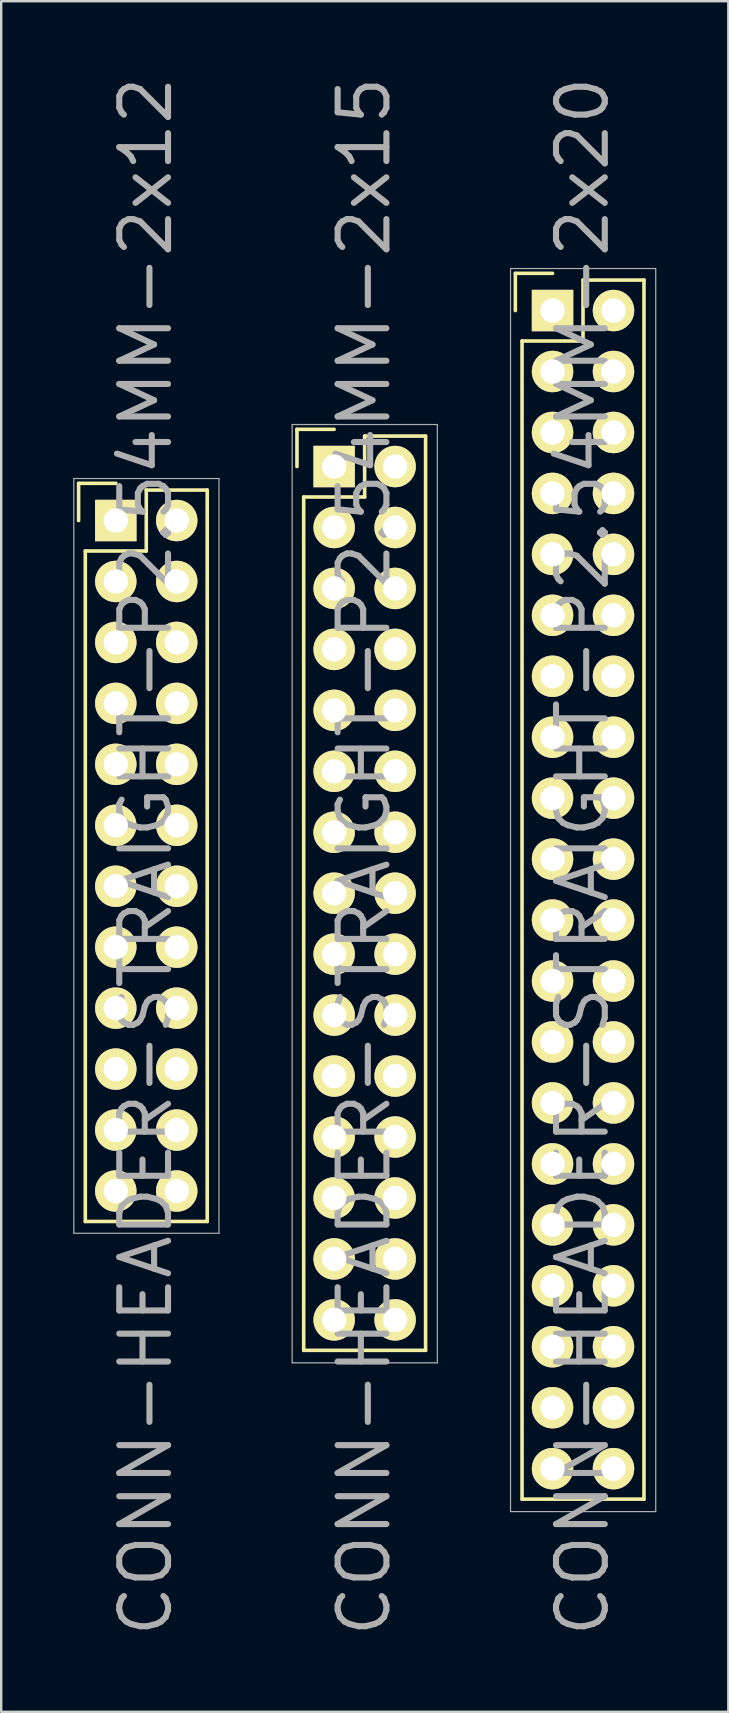
<source format=kicad_pcb>
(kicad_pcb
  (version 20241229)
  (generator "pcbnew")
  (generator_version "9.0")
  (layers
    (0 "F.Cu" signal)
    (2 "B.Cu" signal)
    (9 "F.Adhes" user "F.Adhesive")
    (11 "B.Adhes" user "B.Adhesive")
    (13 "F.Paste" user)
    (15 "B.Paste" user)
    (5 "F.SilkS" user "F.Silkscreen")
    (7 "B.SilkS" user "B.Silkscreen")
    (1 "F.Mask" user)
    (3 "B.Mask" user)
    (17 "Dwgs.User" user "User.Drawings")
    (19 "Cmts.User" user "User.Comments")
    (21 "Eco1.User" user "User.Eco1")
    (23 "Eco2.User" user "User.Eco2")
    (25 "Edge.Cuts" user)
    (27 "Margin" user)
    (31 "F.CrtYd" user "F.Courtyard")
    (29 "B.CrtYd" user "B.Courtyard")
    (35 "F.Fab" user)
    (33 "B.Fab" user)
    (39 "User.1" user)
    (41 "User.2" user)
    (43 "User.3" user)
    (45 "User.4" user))
  (footprint "CONN-HEADER-STRAIGHT-P2.54MM-2x12"
    (layer "F.Cu")
    (at 1.775 18.641)
    (property "Reference" "CONN-HEADER-STRAIGHT-P2.54MM-2x12" (at 1.25 14 90) (layer "F.Fab") (effects (font (size 2.032 2.032) (thickness 0.254))))
    (attr through_hole)
    (fp_line (start -1.55 -1.55) (end -1.55 0) (stroke (width 0.15) (type solid)) (layer "F.SilkS"))
    (fp_line (start -1.27 1.27) (end -1.27 29.21) (stroke (width 0.15) (type solid)) (layer "F.SilkS"))
    (fp_line (start 0 -1.55) (end -1.55 -1.55) (stroke (width 0.15) (type solid)) (layer "F.SilkS"))
    (fp_line (start 1.27 -1.27) (end 1.27 1.27) (stroke (width 0.15) (type solid)) (layer "F.SilkS"))
    (fp_line (start 1.27 1.27) (end -1.27 1.27) (stroke (width 0.15) (type solid)) (layer "F.SilkS"))
    (fp_line (start 3.81 -1.27) (end 1.27 -1.27) (stroke (width 0.15) (type solid)) (layer "F.SilkS"))
    (fp_line (start 3.81 29.21) (end -1.27 29.21) (stroke (width 0.15) (type solid)) (layer "F.SilkS"))
    (fp_line (start 3.81 29.21) (end 3.81 -1.27) (stroke (width 0.15) (type solid)) (layer "F.SilkS"))
    (fp_line (start -1.75 -1.75) (end -1.75 29.7) (stroke (width 0.05) (type solid)) (layer "F.Fab"))
    (fp_line (start -1.75 -1.75) (end 4.3 -1.75) (stroke (width 0.05) (type solid)) (layer "F.Fab"))
    (fp_line (start -1.75 29.7) (end 4.3 29.7) (stroke (width 0.05) (type solid)) (layer "F.Fab"))
    (fp_line (start 4.3 -1.75) (end 4.3 29.7) (stroke (width 0.05) (type solid)) (layer "F.Fab"))
    (pad "1" thru_hole rect (at 0 0) (size 1.727 1.727) (drill 1.016) (layers "*.Cu" "*.Mask" "F.SilkS"))
    (pad "2" thru_hole oval (at 2.54 0) (size 1.727 1.727) (drill 1.016) (layers "*.Cu" "*.Mask" "F.SilkS"))
    (pad "3" thru_hole oval (at 0 2.54) (size 1.727 1.727) (drill 1.016) (layers "*.Cu" "*.Mask" "F.SilkS"))
    (pad "4" thru_hole oval (at 2.54 2.54) (size 1.727 1.727) (drill 1.016) (layers "*.Cu" "*.Mask" "F.SilkS"))
    (pad "5" thru_hole oval (at 0 5.08) (size 1.727 1.727) (drill 1.016) (layers "*.Cu" "*.Mask" "F.SilkS"))
    (pad "6" thru_hole oval (at 2.54 5.08) (size 1.727 1.727) (drill 1.016) (layers "*.Cu" "*.Mask" "F.SilkS"))
    (pad "7" thru_hole oval (at 0 7.62) (size 1.727 1.727) (drill 1.016) (layers "*.Cu" "*.Mask" "F.SilkS"))
    (pad "8" thru_hole oval (at 2.54 7.62) (size 1.727 1.727) (drill 1.016) (layers "*.Cu" "*.Mask" "F.SilkS"))
    (pad "9" thru_hole oval (at 0 10.16) (size 1.727 1.727) (drill 1.016) (layers "*.Cu" "*.Mask" "F.SilkS"))
    (pad "10" thru_hole oval (at 2.54 10.16) (size 1.727 1.727) (drill 1.016) (layers "*.Cu" "*.Mask" "F.SilkS"))
    (pad "11" thru_hole oval (at 0 12.7) (size 1.727 1.727) (drill 1.016) (layers "*.Cu" "*.Mask" "F.SilkS"))
    (pad "12" thru_hole oval (at 2.54 12.7) (size 1.727 1.727) (drill 1.016) (layers "*.Cu" "*.Mask" "F.SilkS"))
    (pad "13" thru_hole oval (at 0 15.24) (size 1.727 1.727) (drill 1.016) (layers "*.Cu" "*.Mask" "F.SilkS"))
    (pad "14" thru_hole oval (at 2.54 15.24) (size 1.727 1.727) (drill 1.016) (layers "*.Cu" "*.Mask" "F.SilkS"))
    (pad "15" thru_hole oval (at 0 17.78) (size 1.727 1.727) (drill 1.016) (layers "*.Cu" "*.Mask" "F.SilkS"))
    (pad "16" thru_hole oval (at 2.54 17.78) (size 1.727 1.727) (drill 1.016) (layers "*.Cu" "*.Mask" "F.SilkS"))
    (pad "17" thru_hole oval (at 0 20.32) (size 1.727 1.727) (drill 1.016) (layers "*.Cu" "*.Mask" "F.SilkS"))
    (pad "18" thru_hole oval (at 2.54 20.32) (size 1.727 1.727) (drill 1.016) (layers "*.Cu" "*.Mask" "F.SilkS"))
    (pad "19" thru_hole oval (at 0 22.86) (size 1.727 1.727) (drill 1.016) (layers "*.Cu" "*.Mask" "F.SilkS"))
    (pad "20" thru_hole oval (at 2.54 22.86) (size 1.727 1.727) (drill 1.016) (layers "*.Cu" "*.Mask" "F.SilkS"))
    (pad "21" thru_hole oval (at 0 25.4) (size 1.727 1.727) (drill 1.016) (layers "*.Cu" "*.Mask" "F.SilkS"))
    (pad "22" thru_hole oval (at 2.54 25.4) (size 1.727 1.727) (drill 1.016) (layers "*.Cu" "*.Mask" "F.SilkS"))
    (pad "23" thru_hole oval (at 0 27.94) (size 1.727 1.727) (drill 1.016) (layers "*.Cu" "*.Mask" "F.SilkS"))
    (pad "24" thru_hole oval (at 2.54 27.94) (size 1.727 1.727) (drill 1.016) (layers "*.Cu" "*.Mask" "F.SilkS")))
  (footprint "CONN-HEADER-STRAIGHT-P2.54MM-2x20"
    (layer "F.Cu")
    (at 19.975 9.891)
    (property "Reference" "CONN-HEADER-STRAIGHT-P2.54MM-2x20" (at 1.25 22.75 90) (layer "F.Fab") (effects (font (size 2.032 2.032) (thickness 0.254))))
    (attr through_hole)
    (fp_line (start -1.55 -1.55) (end -1.55 0) (stroke (width 0.15) (type solid)) (layer "F.SilkS"))
    (fp_line (start -1.27 1.27) (end -1.27 49.53) (stroke (width 0.15) (type solid)) (layer "F.SilkS"))
    (fp_line (start 0 -1.55) (end -1.55 -1.55) (stroke (width 0.15) (type solid)) (layer "F.SilkS"))
    (fp_line (start 1.27 -1.27) (end 1.27 1.27) (stroke (width 0.15) (type solid)) (layer "F.SilkS"))
    (fp_line (start 1.27 1.27) (end -1.27 1.27) (stroke (width 0.15) (type solid)) (layer "F.SilkS"))
    (fp_line (start 3.81 -1.27) (end 1.27 -1.27) (stroke (width 0.15) (type solid)) (layer "F.SilkS"))
    (fp_line (start 3.81 49.53) (end -1.27 49.53) (stroke (width 0.15) (type solid)) (layer "F.SilkS"))
    (fp_line (start 3.81 49.53) (end 3.81 -1.27) (stroke (width 0.15) (type solid)) (layer "F.SilkS"))
    (fp_line (start -1.75 -1.75) (end -1.75 50.05) (stroke (width 0.05) (type solid)) (layer "F.Fab"))
    (fp_line (start -1.75 -1.75) (end 4.3 -1.75) (stroke (width 0.05) (type solid)) (layer "F.Fab"))
    (fp_line (start -1.75 50.05) (end 4.3 50.05) (stroke (width 0.05) (type solid)) (layer "F.Fab"))
    (fp_line (start 4.3 -1.75) (end 4.3 50.05) (stroke (width 0.05) (type solid)) (layer "F.Fab"))
    (pad "1" thru_hole rect (at 0 0) (size 1.727 1.727) (drill 1.016) (layers "*.Cu" "*.Mask" "F.SilkS"))
    (pad "2" thru_hole oval (at 2.54 0) (size 1.727 1.727) (drill 1.016) (layers "*.Cu" "*.Mask" "F.SilkS"))
    (pad "3" thru_hole oval (at 0 2.54) (size 1.727 1.727) (drill 1.016) (layers "*.Cu" "*.Mask" "F.SilkS"))
    (pad "4" thru_hole oval (at 2.54 2.54) (size 1.727 1.727) (drill 1.016) (layers "*.Cu" "*.Mask" "F.SilkS"))
    (pad "5" thru_hole oval (at 0 5.08) (size 1.727 1.727) (drill 1.016) (layers "*.Cu" "*.Mask" "F.SilkS"))
    (pad "6" thru_hole oval (at 2.54 5.08) (size 1.727 1.727) (drill 1.016) (layers "*.Cu" "*.Mask" "F.SilkS"))
    (pad "7" thru_hole oval (at 0 7.62) (size 1.727 1.727) (drill 1.016) (layers "*.Cu" "*.Mask" "F.SilkS"))
    (pad "8" thru_hole oval (at 2.54 7.62) (size 1.727 1.727) (drill 1.016) (layers "*.Cu" "*.Mask" "F.SilkS"))
    (pad "9" thru_hole oval (at 0 10.16) (size 1.727 1.727) (drill 1.016) (layers "*.Cu" "*.Mask" "F.SilkS"))
    (pad "10" thru_hole oval (at 2.54 10.16) (size 1.727 1.727) (drill 1.016) (layers "*.Cu" "*.Mask" "F.SilkS"))
    (pad "11" thru_hole oval (at 0 12.7) (size 1.727 1.727) (drill 1.016) (layers "*.Cu" "*.Mask" "F.SilkS"))
    (pad "12" thru_hole oval (at 2.54 12.7) (size 1.727 1.727) (drill 1.016) (layers "*.Cu" "*.Mask" "F.SilkS"))
    (pad "13" thru_hole oval (at 0 15.24) (size 1.727 1.727) (drill 1.016) (layers "*.Cu" "*.Mask" "F.SilkS"))
    (pad "14" thru_hole oval (at 2.54 15.24) (size 1.727 1.727) (drill 1.016) (layers "*.Cu" "*.Mask" "F.SilkS"))
    (pad "15" thru_hole oval (at 0 17.78) (size 1.727 1.727) (drill 1.016) (layers "*.Cu" "*.Mask" "F.SilkS"))
    (pad "16" thru_hole oval (at 2.54 17.78) (size 1.727 1.727) (drill 1.016) (layers "*.Cu" "*.Mask" "F.SilkS"))
    (pad "17" thru_hole oval (at 0 20.32) (size 1.727 1.727) (drill 1.016) (layers "*.Cu" "*.Mask" "F.SilkS"))
    (pad "18" thru_hole oval (at 2.54 20.32) (size 1.727 1.727) (drill 1.016) (layers "*.Cu" "*.Mask" "F.SilkS"))
    (pad "19" thru_hole oval (at 0 22.86) (size 1.727 1.727) (drill 1.016) (layers "*.Cu" "*.Mask" "F.SilkS"))
    (pad "20" thru_hole oval (at 2.54 22.86) (size 1.727 1.727) (drill 1.016) (layers "*.Cu" "*.Mask" "F.SilkS"))
    (pad "21" thru_hole oval (at 0 25.4) (size 1.727 1.727) (drill 1.016) (layers "*.Cu" "*.Mask" "F.SilkS"))
    (pad "22" thru_hole oval (at 2.54 25.4) (size 1.727 1.727) (drill 1.016) (layers "*.Cu" "*.Mask" "F.SilkS"))
    (pad "23" thru_hole oval (at 0 27.94) (size 1.727 1.727) (drill 1.016) (layers "*.Cu" "*.Mask" "F.SilkS"))
    (pad "24" thru_hole oval (at 2.54 27.94) (size 1.727 1.727) (drill 1.016) (layers "*.Cu" "*.Mask" "F.SilkS"))
    (pad "25" thru_hole oval (at 0 30.48) (size 1.727 1.727) (drill 1.016) (layers "*.Cu" "*.Mask" "F.SilkS"))
    (pad "26" thru_hole oval (at 2.54 30.48) (size 1.727 1.727) (drill 1.016) (layers "*.Cu" "*.Mask" "F.SilkS"))
    (pad "27" thru_hole oval (at 0 33.02) (size 1.727 1.727) (drill 1.016) (layers "*.Cu" "*.Mask" "F.SilkS"))
    (pad "28" thru_hole oval (at 2.54 33.02) (size 1.727 1.727) (drill 1.016) (layers "*.Cu" "*.Mask" "F.SilkS"))
    (pad "29" thru_hole oval (at 0 35.56) (size 1.727 1.727) (drill 1.016) (layers "*.Cu" "*.Mask" "F.SilkS"))
    (pad "30" thru_hole oval (at 2.54 35.56) (size 1.727 1.727) (drill 1.016) (layers "*.Cu" "*.Mask" "F.SilkS"))
    (pad "31" thru_hole oval (at 0 38.1) (size 1.727 1.727) (drill 1.016) (layers "*.Cu" "*.Mask" "F.SilkS"))
    (pad "32" thru_hole oval (at 2.54 38.1) (size 1.727 1.727) (drill 1.016) (layers "*.Cu" "*.Mask" "F.SilkS"))
    (pad "33" thru_hole oval (at 0 40.64) (size 1.727 1.727) (drill 1.016) (layers "*.Cu" "*.Mask" "F.SilkS"))
    (pad "34" thru_hole oval (at 2.54 40.64) (size 1.727 1.727) (drill 1.016) (layers "*.Cu" "*.Mask" "F.SilkS"))
    (pad "35" thru_hole oval (at 0 43.18) (size 1.727 1.727) (drill 1.016) (layers "*.Cu" "*.Mask" "F.SilkS"))
    (pad "36" thru_hole oval (at 2.54 43.18) (size 1.727 1.727) (drill 1.016) (layers "*.Cu" "*.Mask" "F.SilkS"))
    (pad "37" thru_hole oval (at 0 45.72) (size 1.727 1.727) (drill 1.016) (layers "*.Cu" "*.Mask" "F.SilkS"))
    (pad "38" thru_hole oval (at 2.54 45.72) (size 1.727 1.727) (drill 1.016) (layers "*.Cu" "*.Mask" "F.SilkS"))
    (pad "39" thru_hole oval (at 0 48.26) (size 1.727 1.727) (drill 1.016) (layers "*.Cu" "*.Mask" "F.SilkS"))
    (pad "40" thru_hole oval (at 2.54 48.26) (size 1.727 1.727) (drill 1.016) (layers "*.Cu" "*.Mask" "F.SilkS")))
  (footprint "CONN-HEADER-STRAIGHT-P2.54MM-2x15"
    (layer "F.Cu")
    (at 10.875 16.391)
    (property "Reference" "CONN-HEADER-STRAIGHT-P2.54MM-2x15" (at 1.25 16.25 90) (layer "F.Fab") (effects (font (size 2.032 2.032) (thickness 0.254))))
    (attr through_hole)
    (fp_line (start -1.55 -1.55) (end -1.55 0) (stroke (width 0.15) (type solid)) (layer "F.SilkS"))
    (fp_line (start -1.27 1.27) (end -1.27 36.83) (stroke (width 0.15) (type solid)) (layer "F.SilkS"))
    (fp_line (start 0 -1.55) (end -1.55 -1.55) (stroke (width 0.15) (type solid)) (layer "F.SilkS"))
    (fp_line (start 1.27 -1.27) (end 1.27 1.27) (stroke (width 0.15) (type solid)) (layer "F.SilkS"))
    (fp_line (start 1.27 1.27) (end -1.27 1.27) (stroke (width 0.15) (type solid)) (layer "F.SilkS"))
    (fp_line (start 3.81 -1.27) (end 1.27 -1.27) (stroke (width 0.15) (type solid)) (layer "F.SilkS"))
    (fp_line (start 3.81 36.83) (end -1.27 36.83) (stroke (width 0.15) (type solid)) (layer "F.SilkS"))
    (fp_line (start 3.81 36.83) (end 3.81 -1.27) (stroke (width 0.15) (type solid)) (layer "F.SilkS"))
    (fp_line (start -1.75 -1.75) (end -1.75 37.35) (stroke (width 0.05) (type solid)) (layer "F.Fab"))
    (fp_line (start -1.75 -1.75) (end 4.3 -1.75) (stroke (width 0.05) (type solid)) (layer "F.Fab"))
    (fp_line (start -1.75 37.35) (end 4.3 37.35) (stroke (width 0.05) (type solid)) (layer "F.Fab"))
    (fp_line (start 4.3 -1.75) (end 4.3 37.35) (stroke (width 0.05) (type solid)) (layer "F.Fab"))
    (pad "1" thru_hole rect (at 0 0) (size 1.727 1.727) (drill 1.016) (layers "*.Cu" "*.Mask" "F.SilkS"))
    (pad "2" thru_hole oval (at 2.54 0) (size 1.727 1.727) (drill 1.016) (layers "*.Cu" "*.Mask" "F.SilkS"))
    (pad "3" thru_hole oval (at 0 2.54) (size 1.727 1.727) (drill 1.016) (layers "*.Cu" "*.Mask" "F.SilkS"))
    (pad "4" thru_hole oval (at 2.54 2.54) (size 1.727 1.727) (drill 1.016) (layers "*.Cu" "*.Mask" "F.SilkS"))
    (pad "5" thru_hole oval (at 0 5.08) (size 1.727 1.727) (drill 1.016) (layers "*.Cu" "*.Mask" "F.SilkS"))
    (pad "6" thru_hole oval (at 2.54 5.08) (size 1.727 1.727) (drill 1.016) (layers "*.Cu" "*.Mask" "F.SilkS"))
    (pad "7" thru_hole oval (at 0 7.62) (size 1.727 1.727) (drill 1.016) (layers "*.Cu" "*.Mask" "F.SilkS"))
    (pad "8" thru_hole oval (at 2.54 7.62) (size 1.727 1.727) (drill 1.016) (layers "*.Cu" "*.Mask" "F.SilkS"))
    (pad "9" thru_hole oval (at 0 10.16) (size 1.727 1.727) (drill 1.016) (layers "*.Cu" "*.Mask" "F.SilkS"))
    (pad "10" thru_hole oval (at 2.54 10.16) (size 1.727 1.727) (drill 1.016) (layers "*.Cu" "*.Mask" "F.SilkS"))
    (pad "11" thru_hole oval (at 0 12.7) (size 1.727 1.727) (drill 1.016) (layers "*.Cu" "*.Mask" "F.SilkS"))
    (pad "12" thru_hole oval (at 2.54 12.7) (size 1.727 1.727) (drill 1.016) (layers "*.Cu" "*.Mask" "F.SilkS"))
    (pad "13" thru_hole oval (at 0 15.24) (size 1.727 1.727) (drill 1.016) (layers "*.Cu" "*.Mask" "F.SilkS"))
    (pad "14" thru_hole oval (at 2.54 15.24) (size 1.727 1.727) (drill 1.016) (layers "*.Cu" "*.Mask" "F.SilkS"))
    (pad "15" thru_hole oval (at 0 17.78) (size 1.727 1.727) (drill 1.016) (layers "*.Cu" "*.Mask" "F.SilkS"))
    (pad "16" thru_hole oval (at 2.54 17.78) (size 1.727 1.727) (drill 1.016) (layers "*.Cu" "*.Mask" "F.SilkS"))
    (pad "17" thru_hole oval (at 0 20.32) (size 1.727 1.727) (drill 1.016) (layers "*.Cu" "*.Mask" "F.SilkS"))
    (pad "18" thru_hole oval (at 2.54 20.32) (size 1.727 1.727) (drill 1.016) (layers "*.Cu" "*.Mask" "F.SilkS"))
    (pad "19" thru_hole oval (at 0 22.86) (size 1.727 1.727) (drill 1.016) (layers "*.Cu" "*.Mask" "F.SilkS"))
    (pad "20" thru_hole oval (at 2.54 22.86) (size 1.727 1.727) (drill 1.016) (layers "*.Cu" "*.Mask" "F.SilkS"))
    (pad "21" thru_hole oval (at 0 25.4) (size 1.727 1.727) (drill 1.016) (layers "*.Cu" "*.Mask" "F.SilkS"))
    (pad "22" thru_hole oval (at 2.54 25.4) (size 1.727 1.727) (drill 1.016) (layers "*.Cu" "*.Mask" "F.SilkS"))
    (pad "23" thru_hole oval (at 0 27.94) (size 1.727 1.727) (drill 1.016) (layers "*.Cu" "*.Mask" "F.SilkS"))
    (pad "24" thru_hole oval (at 2.54 27.94) (size 1.727 1.727) (drill 1.016) (layers "*.Cu" "*.Mask" "F.SilkS"))
    (pad "25" thru_hole oval (at 0 30.48) (size 1.727 1.727) (drill 1.016) (layers "*.Cu" "*.Mask" "F.SilkS"))
    (pad "26" thru_hole oval (at 2.54 30.48) (size 1.727 1.727) (drill 1.016) (layers "*.Cu" "*.Mask" "F.SilkS"))
    (pad "27" thru_hole oval (at 0 33.02) (size 1.727 1.727) (drill 1.016) (layers "*.Cu" "*.Mask" "F.SilkS"))
    (pad "28" thru_hole oval (at 2.54 33.02) (size 1.727 1.727) (drill 1.016) (layers "*.Cu" "*.Mask" "F.SilkS"))
    (pad "29" thru_hole oval (at 0 35.56) (size 1.727 1.727) (drill 1.016) (layers "*.Cu" "*.Mask" "F.SilkS"))
    (pad "30" thru_hole oval (at 2.54 35.56) (size 1.727 1.727) (drill 1.016) (layers "*.Cu" "*.Mask" "F.SilkS")))
  (gr_rect
    (start -3 -3)
    (end 27.3 68.283)
    (stroke (width 0.1) (type default))
    (fill no)
    (layer "Edge.Cuts")))
</source>
